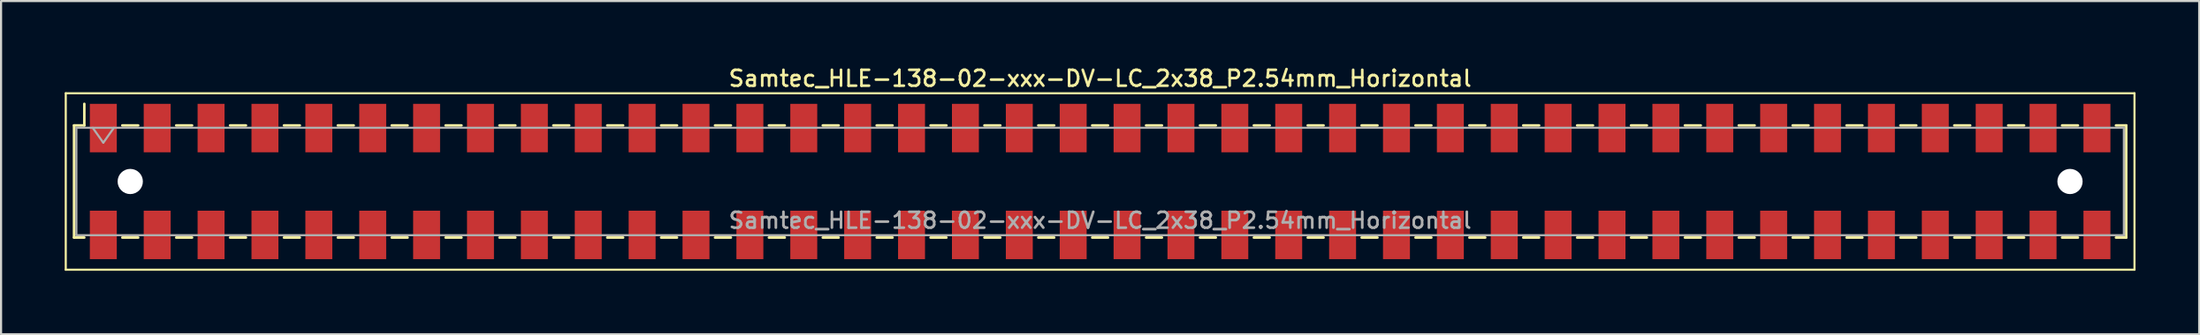
<source format=kicad_pcb>
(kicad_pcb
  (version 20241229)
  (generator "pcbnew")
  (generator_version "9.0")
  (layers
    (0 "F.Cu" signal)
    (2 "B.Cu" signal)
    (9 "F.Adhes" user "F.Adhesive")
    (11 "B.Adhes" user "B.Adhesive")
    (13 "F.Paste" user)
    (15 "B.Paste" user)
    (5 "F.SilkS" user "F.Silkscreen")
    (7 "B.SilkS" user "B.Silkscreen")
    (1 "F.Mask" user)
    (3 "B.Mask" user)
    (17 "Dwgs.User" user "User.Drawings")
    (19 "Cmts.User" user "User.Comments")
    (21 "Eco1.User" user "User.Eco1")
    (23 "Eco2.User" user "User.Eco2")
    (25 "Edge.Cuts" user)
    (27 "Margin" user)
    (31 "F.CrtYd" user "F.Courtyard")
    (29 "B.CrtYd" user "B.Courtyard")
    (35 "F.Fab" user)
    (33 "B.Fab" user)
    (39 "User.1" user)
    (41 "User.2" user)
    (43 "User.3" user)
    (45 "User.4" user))
  (footprint "Samtec_HLE-138-02-xxx-DV-LC_2x38_P2.54mm_Horizontal"
    (layer "F.Cu")
    (at 48.81 5.528)
    (property "Reference" "Samtec_HLE-138-02-xxx-DV-LC_2x38_P2.54mm_Horizontal" (at 0 -4.87 0) (layer "F.SilkS") (effects (font (size 0.75 0.75) (thickness 0.125))))
    (attr smd)
    (fp_line (start -48.76 -4.17) (end 48.76 -4.17) (stroke (width 0.1) (type solid)) (layer "F.SilkS"))
    (fp_line (start -48.76 4.17) (end -48.76 -4.17) (stroke (width 0.1) (type solid)) (layer "F.SilkS"))
    (fp_line (start -48.37 -2.65) (end -48.37 2.65) (stroke (width 0.12) (type solid)) (layer "F.SilkS"))
    (fp_line (start -48.37 2.65) (end -47.885 2.65) (stroke (width 0.12) (type solid)) (layer "F.SilkS"))
    (fp_line (start -47.885 -3.67) (end -47.885 -2.65) (stroke (width 0.12) (type solid)) (layer "F.SilkS"))
    (fp_line (start -47.885 -2.65) (end -48.37 -2.65) (stroke (width 0.12) (type solid)) (layer "F.SilkS"))
    (fp_line (start -46.095 -2.65) (end -45.345 -2.65) (stroke (width 0.12) (type solid)) (layer "F.SilkS"))
    (fp_line (start -46.095 2.65) (end -45.345 2.65) (stroke (width 0.12) (type solid)) (layer "F.SilkS"))
    (fp_line (start -43.555 -2.65) (end -42.805 -2.65) (stroke (width 0.12) (type solid)) (layer "F.SilkS"))
    (fp_line (start -43.555 2.65) (end -42.805 2.65) (stroke (width 0.12) (type solid)) (layer "F.SilkS"))
    (fp_line (start -41.015 -2.65) (end -40.265 -2.65) (stroke (width 0.12) (type solid)) (layer "F.SilkS"))
    (fp_line (start -41.015 2.65) (end -40.265 2.65) (stroke (width 0.12) (type solid)) (layer "F.SilkS"))
    (fp_line (start -38.475 -2.65) (end -37.725 -2.65) (stroke (width 0.12) (type solid)) (layer "F.SilkS"))
    (fp_line (start -38.475 2.65) (end -37.725 2.65) (stroke (width 0.12) (type solid)) (layer "F.SilkS"))
    (fp_line (start -35.935 -2.65) (end -35.185 -2.65) (stroke (width 0.12) (type solid)) (layer "F.SilkS"))
    (fp_line (start -35.935 2.65) (end -35.185 2.65) (stroke (width 0.12) (type solid)) (layer "F.SilkS"))
    (fp_line (start -33.395 -2.65) (end -32.645 -2.65) (stroke (width 0.12) (type solid)) (layer "F.SilkS"))
    (fp_line (start -33.395 2.65) (end -32.645 2.65) (stroke (width 0.12) (type solid)) (layer "F.SilkS"))
    (fp_line (start -30.855 -2.65) (end -30.105 -2.65) (stroke (width 0.12) (type solid)) (layer "F.SilkS"))
    (fp_line (start -30.855 2.65) (end -30.105 2.65) (stroke (width 0.12) (type solid)) (layer "F.SilkS"))
    (fp_line (start -28.315 -2.65) (end -27.565 -2.65) (stroke (width 0.12) (type solid)) (layer "F.SilkS"))
    (fp_line (start -28.315 2.65) (end -27.565 2.65) (stroke (width 0.12) (type solid)) (layer "F.SilkS"))
    (fp_line (start -25.775 -2.65) (end -25.025 -2.65) (stroke (width 0.12) (type solid)) (layer "F.SilkS"))
    (fp_line (start -25.775 2.65) (end -25.025 2.65) (stroke (width 0.12) (type solid)) (layer "F.SilkS"))
    (fp_line (start -23.235 -2.65) (end -22.485 -2.65) (stroke (width 0.12) (type solid)) (layer "F.SilkS"))
    (fp_line (start -23.235 2.65) (end -22.485 2.65) (stroke (width 0.12) (type solid)) (layer "F.SilkS"))
    (fp_line (start -20.695 -2.65) (end -19.945 -2.65) (stroke (width 0.12) (type solid)) (layer "F.SilkS"))
    (fp_line (start -20.695 2.65) (end -19.945 2.65) (stroke (width 0.12) (type solid)) (layer "F.SilkS"))
    (fp_line (start -18.155 -2.65) (end -17.405 -2.65) (stroke (width 0.12) (type solid)) (layer "F.SilkS"))
    (fp_line (start -18.155 2.65) (end -17.405 2.65) (stroke (width 0.12) (type solid)) (layer "F.SilkS"))
    (fp_line (start -15.615 -2.65) (end -14.865 -2.65) (stroke (width 0.12) (type solid)) (layer "F.SilkS"))
    (fp_line (start -15.615 2.65) (end -14.865 2.65) (stroke (width 0.12) (type solid)) (layer "F.SilkS"))
    (fp_line (start -13.075 -2.65) (end -12.325 -2.65) (stroke (width 0.12) (type solid)) (layer "F.SilkS"))
    (fp_line (start -13.075 2.65) (end -12.325 2.65) (stroke (width 0.12) (type solid)) (layer "F.SilkS"))
    (fp_line (start -10.535 -2.65) (end -9.785 -2.65) (stroke (width 0.12) (type solid)) (layer "F.SilkS"))
    (fp_line (start -10.535 2.65) (end -9.785 2.65) (stroke (width 0.12) (type solid)) (layer "F.SilkS"))
    (fp_line (start -7.995 -2.65) (end -7.245 -2.65) (stroke (width 0.12) (type solid)) (layer "F.SilkS"))
    (fp_line (start -7.995 2.65) (end -7.245 2.65) (stroke (width 0.12) (type solid)) (layer "F.SilkS"))
    (fp_line (start -5.455 -2.65) (end -4.705 -2.65) (stroke (width 0.12) (type solid)) (layer "F.SilkS"))
    (fp_line (start -5.455 2.65) (end -4.705 2.65) (stroke (width 0.12) (type solid)) (layer "F.SilkS"))
    (fp_line (start -2.915 -2.65) (end -2.165 -2.65) (stroke (width 0.12) (type solid)) (layer "F.SilkS"))
    (fp_line (start -2.915 2.65) (end -2.165 2.65) (stroke (width 0.12) (type solid)) (layer "F.SilkS"))
    (fp_line (start -0.375 -2.65) (end 0.375 -2.65) (stroke (width 0.12) (type solid)) (layer "F.SilkS"))
    (fp_line (start -0.375 2.65) (end 0.375 2.65) (stroke (width 0.12) (type solid)) (layer "F.SilkS"))
    (fp_line (start 2.165 -2.65) (end 2.915 -2.65) (stroke (width 0.12) (type solid)) (layer "F.SilkS"))
    (fp_line (start 2.165 2.65) (end 2.915 2.65) (stroke (width 0.12) (type solid)) (layer "F.SilkS"))
    (fp_line (start 4.705 -2.65) (end 5.455 -2.65) (stroke (width 0.12) (type solid)) (layer "F.SilkS"))
    (fp_line (start 4.705 2.65) (end 5.455 2.65) (stroke (width 0.12) (type solid)) (layer "F.SilkS"))
    (fp_line (start 7.245 -2.65) (end 7.995 -2.65) (stroke (width 0.12) (type solid)) (layer "F.SilkS"))
    (fp_line (start 7.245 2.65) (end 7.995 2.65) (stroke (width 0.12) (type solid)) (layer "F.SilkS"))
    (fp_line (start 9.785 -2.65) (end 10.535 -2.65) (stroke (width 0.12) (type solid)) (layer "F.SilkS"))
    (fp_line (start 9.785 2.65) (end 10.535 2.65) (stroke (width 0.12) (type solid)) (layer "F.SilkS"))
    (fp_line (start 12.325 -2.65) (end 13.075 -2.65) (stroke (width 0.12) (type solid)) (layer "F.SilkS"))
    (fp_line (start 12.325 2.65) (end 13.075 2.65) (stroke (width 0.12) (type solid)) (layer "F.SilkS"))
    (fp_line (start 14.865 -2.65) (end 15.615 -2.65) (stroke (width 0.12) (type solid)) (layer "F.SilkS"))
    (fp_line (start 14.865 2.65) (end 15.615 2.65) (stroke (width 0.12) (type solid)) (layer "F.SilkS"))
    (fp_line (start 17.405 -2.65) (end 18.155 -2.65) (stroke (width 0.12) (type solid)) (layer "F.SilkS"))
    (fp_line (start 17.405 2.65) (end 18.155 2.65) (stroke (width 0.12) (type solid)) (layer "F.SilkS"))
    (fp_line (start 19.945 -2.65) (end 20.695 -2.65) (stroke (width 0.12) (type solid)) (layer "F.SilkS"))
    (fp_line (start 19.945 2.65) (end 20.695 2.65) (stroke (width 0.12) (type solid)) (layer "F.SilkS"))
    (fp_line (start 22.485 -2.65) (end 23.235 -2.65) (stroke (width 0.12) (type solid)) (layer "F.SilkS"))
    (fp_line (start 22.485 2.65) (end 23.235 2.65) (stroke (width 0.12) (type solid)) (layer "F.SilkS"))
    (fp_line (start 25.025 -2.65) (end 25.775 -2.65) (stroke (width 0.12) (type solid)) (layer "F.SilkS"))
    (fp_line (start 25.025 2.65) (end 25.775 2.65) (stroke (width 0.12) (type solid)) (layer "F.SilkS"))
    (fp_line (start 27.565 -2.65) (end 28.315 -2.65) (stroke (width 0.12) (type solid)) (layer "F.SilkS"))
    (fp_line (start 27.565 2.65) (end 28.315 2.65) (stroke (width 0.12) (type solid)) (layer "F.SilkS"))
    (fp_line (start 30.105 -2.65) (end 30.855 -2.65) (stroke (width 0.12) (type solid)) (layer "F.SilkS"))
    (fp_line (start 30.105 2.65) (end 30.855 2.65) (stroke (width 0.12) (type solid)) (layer "F.SilkS"))
    (fp_line (start 32.645 -2.65) (end 33.395 -2.65) (stroke (width 0.12) (type solid)) (layer "F.SilkS"))
    (fp_line (start 32.645 2.65) (end 33.395 2.65) (stroke (width 0.12) (type solid)) (layer "F.SilkS"))
    (fp_line (start 35.185 -2.65) (end 35.935 -2.65) (stroke (width 0.12) (type solid)) (layer "F.SilkS"))
    (fp_line (start 35.185 2.65) (end 35.935 2.65) (stroke (width 0.12) (type solid)) (layer "F.SilkS"))
    (fp_line (start 37.725 -2.65) (end 38.475 -2.65) (stroke (width 0.12) (type solid)) (layer "F.SilkS"))
    (fp_line (start 37.725 2.65) (end 38.475 2.65) (stroke (width 0.12) (type solid)) (layer "F.SilkS"))
    (fp_line (start 40.265 -2.65) (end 41.015 -2.65) (stroke (width 0.12) (type solid)) (layer "F.SilkS"))
    (fp_line (start 40.265 2.65) (end 41.015 2.65) (stroke (width 0.12) (type solid)) (layer "F.SilkS"))
    (fp_line (start 42.805 -2.65) (end 43.555 -2.65) (stroke (width 0.12) (type solid)) (layer "F.SilkS"))
    (fp_line (start 42.805 2.65) (end 43.555 2.65) (stroke (width 0.12) (type solid)) (layer "F.SilkS"))
    (fp_line (start 45.345 -2.65) (end 46.095 -2.65) (stroke (width 0.12) (type solid)) (layer "F.SilkS"))
    (fp_line (start 45.345 2.65) (end 46.095 2.65) (stroke (width 0.12) (type solid)) (layer "F.SilkS"))
    (fp_line (start 47.885 -2.65) (end 48.37 -2.65) (stroke (width 0.12) (type solid)) (layer "F.SilkS"))
    (fp_line (start 48.37 -2.65) (end 48.37 2.65) (stroke (width 0.12) (type solid)) (layer "F.SilkS"))
    (fp_line (start 48.37 2.65) (end 47.885 2.65) (stroke (width 0.12) (type solid)) (layer "F.SilkS"))
    (fp_line (start 48.76 -4.17) (end 48.76 4.17) (stroke (width 0.1) (type solid)) (layer "F.SilkS"))
    (fp_line (start 48.76 4.17) (end -48.76 4.17) (stroke (width 0.1) (type solid)) (layer "F.SilkS"))
    (fp_line (start -48.26 -2.54) (end 48.26 -2.54) (stroke (width 0.1) (type solid)) (layer "F.Fab"))
    (fp_line (start -48.26 2.54) (end -48.26 -2.54) (stroke (width 0.1) (type solid)) (layer "F.Fab"))
    (fp_line (start -47.49 -2.54) (end -46.99 -1.833) (stroke (width 0.1) (type solid)) (layer "F.Fab"))
    (fp_line (start -46.99 -1.833) (end -46.49 -2.54) (stroke (width 0.1) (type solid)) (layer "F.Fab"))
    (fp_line (start 48.26 -2.54) (end 48.26 2.54) (stroke (width 0.1) (type solid)) (layer "F.Fab"))
    (fp_line (start 48.26 2.54) (end -48.26 2.54) (stroke (width 0.1) (type solid)) (layer "F.Fab"))
    (fp_text user "${REFERENCE}" (at 0 1.84 0) (layer "F.Fab") (effects (font (size 0.75 0.75) (thickness 0.125))))
    (pad "" np_thru_hole circle (at -45.72 0) (size 1.19 1.19) (drill 1.19) (layers "*.Cu" "*.Mask"))
    (pad "" np_thru_hole circle (at 45.72 0) (size 1.19 1.19) (drill 1.19) (layers "*.Cu" "*.Mask"))
    (pad "1" smd rect (at -46.99 -2.525) (size 1.27 2.29) (layers "F.Cu" "F.Mask" "F.Paste"))
    (pad "2" smd rect (at -46.99 2.525) (size 1.27 2.29) (layers "F.Cu" "F.Mask" "F.Paste"))
    (pad "3" smd rect (at -44.45 -2.525) (size 1.27 2.29) (layers "F.Cu" "F.Mask" "F.Paste"))
    (pad "4" smd rect (at -44.45 2.525) (size 1.27 2.29) (layers "F.Cu" "F.Mask" "F.Paste"))
    (pad "5" smd rect (at -41.91 -2.525) (size 1.27 2.29) (layers "F.Cu" "F.Mask" "F.Paste"))
    (pad "6" smd rect (at -41.91 2.525) (size 1.27 2.29) (layers "F.Cu" "F.Mask" "F.Paste"))
    (pad "7" smd rect (at -39.37 -2.525) (size 1.27 2.29) (layers "F.Cu" "F.Mask" "F.Paste"))
    (pad "8" smd rect (at -39.37 2.525) (size 1.27 2.29) (layers "F.Cu" "F.Mask" "F.Paste"))
    (pad "9" smd rect (at -36.83 -2.525) (size 1.27 2.29) (layers "F.Cu" "F.Mask" "F.Paste"))
    (pad "10" smd rect (at -36.83 2.525) (size 1.27 2.29) (layers "F.Cu" "F.Mask" "F.Paste"))
    (pad "11" smd rect (at -34.29 -2.525) (size 1.27 2.29) (layers "F.Cu" "F.Mask" "F.Paste"))
    (pad "12" smd rect (at -34.29 2.525) (size 1.27 2.29) (layers "F.Cu" "F.Mask" "F.Paste"))
    (pad "13" smd rect (at -31.75 -2.525) (size 1.27 2.29) (layers "F.Cu" "F.Mask" "F.Paste"))
    (pad "14" smd rect (at -31.75 2.525) (size 1.27 2.29) (layers "F.Cu" "F.Mask" "F.Paste"))
    (pad "15" smd rect (at -29.21 -2.525) (size 1.27 2.29) (layers "F.Cu" "F.Mask" "F.Paste"))
    (pad "16" smd rect (at -29.21 2.525) (size 1.27 2.29) (layers "F.Cu" "F.Mask" "F.Paste"))
    (pad "17" smd rect (at -26.67 -2.525) (size 1.27 2.29) (layers "F.Cu" "F.Mask" "F.Paste"))
    (pad "18" smd rect (at -26.67 2.525) (size 1.27 2.29) (layers "F.Cu" "F.Mask" "F.Paste"))
    (pad "19" smd rect (at -24.13 -2.525) (size 1.27 2.29) (layers "F.Cu" "F.Mask" "F.Paste"))
    (pad "20" smd rect (at -24.13 2.525) (size 1.27 2.29) (layers "F.Cu" "F.Mask" "F.Paste"))
    (pad "21" smd rect (at -21.59 -2.525) (size 1.27 2.29) (layers "F.Cu" "F.Mask" "F.Paste"))
    (pad "22" smd rect (at -21.59 2.525) (size 1.27 2.29) (layers "F.Cu" "F.Mask" "F.Paste"))
    (pad "23" smd rect (at -19.05 -2.525) (size 1.27 2.29) (layers "F.Cu" "F.Mask" "F.Paste"))
    (pad "24" smd rect (at -19.05 2.525) (size 1.27 2.29) (layers "F.Cu" "F.Mask" "F.Paste"))
    (pad "25" smd rect (at -16.51 -2.525) (size 1.27 2.29) (layers "F.Cu" "F.Mask" "F.Paste"))
    (pad "26" smd rect (at -16.51 2.525) (size 1.27 2.29) (layers "F.Cu" "F.Mask" "F.Paste"))
    (pad "27" smd rect (at -13.97 -2.525) (size 1.27 2.29) (layers "F.Cu" "F.Mask" "F.Paste"))
    (pad "28" smd rect (at -13.97 2.525) (size 1.27 2.29) (layers "F.Cu" "F.Mask" "F.Paste"))
    (pad "29" smd rect (at -11.43 -2.525) (size 1.27 2.29) (layers "F.Cu" "F.Mask" "F.Paste"))
    (pad "30" smd rect (at -11.43 2.525) (size 1.27 2.29) (layers "F.Cu" "F.Mask" "F.Paste"))
    (pad "31" smd rect (at -8.89 -2.525) (size 1.27 2.29) (layers "F.Cu" "F.Mask" "F.Paste"))
    (pad "32" smd rect (at -8.89 2.525) (size 1.27 2.29) (layers "F.Cu" "F.Mask" "F.Paste"))
    (pad "33" smd rect (at -6.35 -2.525) (size 1.27 2.29) (layers "F.Cu" "F.Mask" "F.Paste"))
    (pad "34" smd rect (at -6.35 2.525) (size 1.27 2.29) (layers "F.Cu" "F.Mask" "F.Paste"))
    (pad "35" smd rect (at -3.81 -2.525) (size 1.27 2.29) (layers "F.Cu" "F.Mask" "F.Paste"))
    (pad "36" smd rect (at -3.81 2.525) (size 1.27 2.29) (layers "F.Cu" "F.Mask" "F.Paste"))
    (pad "37" smd rect (at -1.27 -2.525) (size 1.27 2.29) (layers "F.Cu" "F.Mask" "F.Paste"))
    (pad "38" smd rect (at -1.27 2.525) (size 1.27 2.29) (layers "F.Cu" "F.Mask" "F.Paste"))
    (pad "39" smd rect (at 1.27 -2.525) (size 1.27 2.29) (layers "F.Cu" "F.Mask" "F.Paste"))
    (pad "40" smd rect (at 1.27 2.525) (size 1.27 2.29) (layers "F.Cu" "F.Mask" "F.Paste"))
    (pad "41" smd rect (at 3.81 -2.525) (size 1.27 2.29) (layers "F.Cu" "F.Mask" "F.Paste"))
    (pad "42" smd rect (at 3.81 2.525) (size 1.27 2.29) (layers "F.Cu" "F.Mask" "F.Paste"))
    (pad "43" smd rect (at 6.35 -2.525) (size 1.27 2.29) (layers "F.Cu" "F.Mask" "F.Paste"))
    (pad "44" smd rect (at 6.35 2.525) (size 1.27 2.29) (layers "F.Cu" "F.Mask" "F.Paste"))
    (pad "45" smd rect (at 8.89 -2.525) (size 1.27 2.29) (layers "F.Cu" "F.Mask" "F.Paste"))
    (pad "46" smd rect (at 8.89 2.525) (size 1.27 2.29) (layers "F.Cu" "F.Mask" "F.Paste"))
    (pad "47" smd rect (at 11.43 -2.525) (size 1.27 2.29) (layers "F.Cu" "F.Mask" "F.Paste"))
    (pad "48" smd rect (at 11.43 2.525) (size 1.27 2.29) (layers "F.Cu" "F.Mask" "F.Paste"))
    (pad "49" smd rect (at 13.97 -2.525) (size 1.27 2.29) (layers "F.Cu" "F.Mask" "F.Paste"))
    (pad "50" smd rect (at 13.97 2.525) (size 1.27 2.29) (layers "F.Cu" "F.Mask" "F.Paste"))
    (pad "51" smd rect (at 16.51 -2.525) (size 1.27 2.29) (layers "F.Cu" "F.Mask" "F.Paste"))
    (pad "52" smd rect (at 16.51 2.525) (size 1.27 2.29) (layers "F.Cu" "F.Mask" "F.Paste"))
    (pad "53" smd rect (at 19.05 -2.525) (size 1.27 2.29) (layers "F.Cu" "F.Mask" "F.Paste"))
    (pad "54" smd rect (at 19.05 2.525) (size 1.27 2.29) (layers "F.Cu" "F.Mask" "F.Paste"))
    (pad "55" smd rect (at 21.59 -2.525) (size 1.27 2.29) (layers "F.Cu" "F.Mask" "F.Paste"))
    (pad "56" smd rect (at 21.59 2.525) (size 1.27 2.29) (layers "F.Cu" "F.Mask" "F.Paste"))
    (pad "57" smd rect (at 24.13 -2.525) (size 1.27 2.29) (layers "F.Cu" "F.Mask" "F.Paste"))
    (pad "58" smd rect (at 24.13 2.525) (size 1.27 2.29) (layers "F.Cu" "F.Mask" "F.Paste"))
    (pad "59" smd rect (at 26.67 -2.525) (size 1.27 2.29) (layers "F.Cu" "F.Mask" "F.Paste"))
    (pad "60" smd rect (at 26.67 2.525) (size 1.27 2.29) (layers "F.Cu" "F.Mask" "F.Paste"))
    (pad "61" smd rect (at 29.21 -2.525) (size 1.27 2.29) (layers "F.Cu" "F.Mask" "F.Paste"))
    (pad "62" smd rect (at 29.21 2.525) (size 1.27 2.29) (layers "F.Cu" "F.Mask" "F.Paste"))
    (pad "63" smd rect (at 31.75 -2.525) (size 1.27 2.29) (layers "F.Cu" "F.Mask" "F.Paste"))
    (pad "64" smd rect (at 31.75 2.525) (size 1.27 2.29) (layers "F.Cu" "F.Mask" "F.Paste"))
    (pad "65" smd rect (at 34.29 -2.525) (size 1.27 2.29) (layers "F.Cu" "F.Mask" "F.Paste"))
    (pad "66" smd rect (at 34.29 2.525) (size 1.27 2.29) (layers "F.Cu" "F.Mask" "F.Paste"))
    (pad "67" smd rect (at 36.83 -2.525) (size 1.27 2.29) (layers "F.Cu" "F.Mask" "F.Paste"))
    (pad "68" smd rect (at 36.83 2.525) (size 1.27 2.29) (layers "F.Cu" "F.Mask" "F.Paste"))
    (pad "69" smd rect (at 39.37 -2.525) (size 1.27 2.29) (layers "F.Cu" "F.Mask" "F.Paste"))
    (pad "70" smd rect (at 39.37 2.525) (size 1.27 2.29) (layers "F.Cu" "F.Mask" "F.Paste"))
    (pad "71" smd rect (at 41.91 -2.525) (size 1.27 2.29) (layers "F.Cu" "F.Mask" "F.Paste"))
    (pad "72" smd rect (at 41.91 2.525) (size 1.27 2.29) (layers "F.Cu" "F.Mask" "F.Paste"))
    (pad "73" smd rect (at 44.45 -2.525) (size 1.27 2.29) (layers "F.Cu" "F.Mask" "F.Paste"))
    (pad "74" smd rect (at 44.45 2.525) (size 1.27 2.29) (layers "F.Cu" "F.Mask" "F.Paste"))
    (pad "75" smd rect (at 46.99 -2.525) (size 1.27 2.29) (layers "F.Cu" "F.Mask" "F.Paste"))
    (pad "76" smd rect (at 46.99 2.525) (size 1.27 2.29) (layers "F.Cu" "F.Mask" "F.Paste")))
  (gr_rect
    (start -3 -3)
    (end 100.62 12.748)
    (stroke (width 0.1) (type default))
    (fill no)
    (layer "Edge.Cuts")))
</source>
